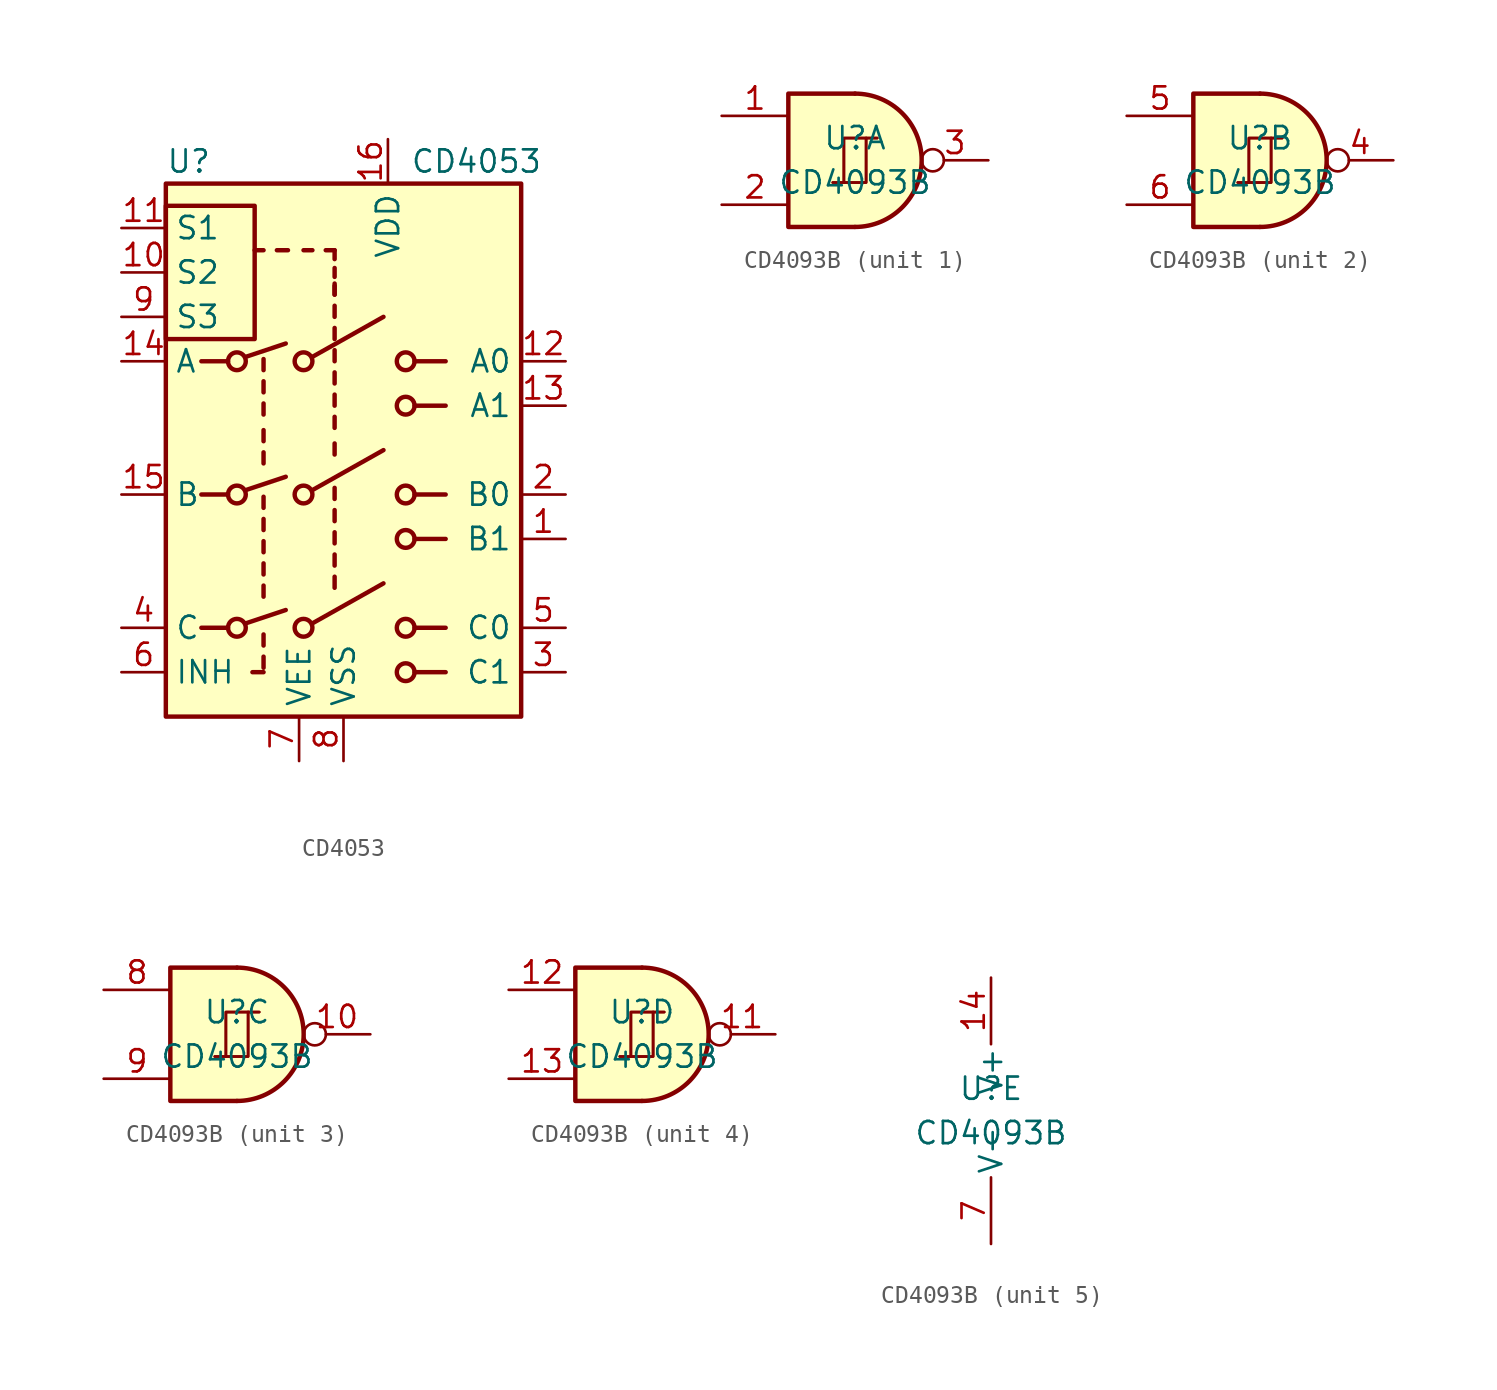
<source format=kicad_sym>
(kicad_symbol_lib
  (version 20231120)
  (generator "kicad_symbol_editor")
  (generator_version "8.0")
  (symbol "CD4053"
    (property "Reference" "U"
      (at -10.16 16.51 0)
      (effects (font (size 1.27 1.27)) (justify left)))
    (property "Value" "CD4053"
      (at 3.81 16.51 0)
      (effects (font (size 1.27 1.27)) (justify left)))
    (symbol "CD4053_0_1"
      (rectangle (start -10.16 6.35) (end -5.08 13.97) (stroke (width 0.254) (type default)) (fill (type none)))
      (rectangle (start -10.16 15.24) (end 10.16 -15.24) (stroke (width 0.254) (type default)) (fill (type background)))
      (circle (center -6.096 -10.16) (radius 0.508) (stroke (width 0.254) (type default)) (fill (type none)))
      (circle (center -6.096 -2.54) (radius 0.508) (stroke (width 0.254) (type default)) (fill (type none)))
      (circle (center -6.096 5.08) (radius 0.508) (stroke (width 0.254) (type default)) (fill (type none)))
      (circle (center -2.286 -10.16) (radius 0.508) (stroke (width 0.254) (type default)) (fill (type none)))
      (circle (center -2.286 -2.54) (radius 0.508) (stroke (width 0.254) (type default)) (fill (type none)))
      (circle (center -2.286 5.08) (radius 0.508) (stroke (width 0.254) (type default)) (fill (type none)))
      (polyline (pts (xy -8.128 -10.16) (xy -6.604 -10.16)) (stroke (width 0.254) (type default)) (fill (type none)))
      (polyline (pts (xy -8.128 -2.54) (xy -6.604 -2.54)) (stroke (width 0.254) (type default)) (fill (type none)))
      (polyline (pts (xy -8.128 5.08) (xy -6.604 5.08)) (stroke (width 0.254) (type default)) (fill (type none)))
      (polyline (pts (xy -5.588 -9.906) (xy -3.302 -9.144)) (stroke (width 0.254) (type default)) (fill (type none)))
      (polyline (pts (xy -5.588 -2.286) (xy -3.302 -1.524)) (stroke (width 0.254) (type default)) (fill (type none)))
      (polyline (pts (xy -5.588 5.334) (xy -3.302 6.096)) (stroke (width 0.254) (type default)) (fill (type none)))
      (polyline (pts (xy -4.572 -12.7) (xy -5.207 -12.7)) (stroke (width 0.254) (type default)) (fill (type none)))
      (polyline (pts (xy -4.572 -12.446) (xy -4.572 -11.811)) (stroke (width 0.254) (type default)) (fill (type none)))
      (polyline (pts (xy -4.572 -11.176) (xy -4.572 -10.541)) (stroke (width 0.254) (type default)) (fill (type none)))
      (polyline (pts (xy -4.572 -8.382) (xy -4.572 -7.747)) (stroke (width 0.254) (type default)) (fill (type none)))
      (polyline (pts (xy -4.572 -7.112) (xy -4.572 -6.477)) (stroke (width 0.254) (type default)) (fill (type none)))
      (polyline (pts (xy -4.572 -5.842) (xy -4.572 -5.207)) (stroke (width 0.254) (type default)) (fill (type none)))
      (polyline (pts (xy -4.572 -4.572) (xy -4.572 -3.937)) (stroke (width 0.254) (type default)) (fill (type none)))
      (polyline (pts (xy -4.572 -3.302) (xy -4.572 -2.667)) (stroke (width 0.254) (type default)) (fill (type none)))
      (polyline (pts (xy -4.572 -0.762) (xy -4.572 -0.127)) (stroke (width 0.254) (type default)) (fill (type none)))
      (polyline (pts (xy -4.572 0.508) (xy -4.572 1.143)) (stroke (width 0.254) (type default)) (fill (type none)))
      (polyline (pts (xy -4.572 2.032) (xy -4.572 2.667)) (stroke (width 0.254) (type default)) (fill (type none)))
      (polyline (pts (xy -4.572 3.302) (xy -4.572 3.937)) (stroke (width 0.254) (type default)) (fill (type none)))
      (polyline (pts (xy -4.572 4.572) (xy -4.572 5.207)) (stroke (width 0.254) (type default)) (fill (type none)))
      (polyline (pts (xy -4.572 11.43) (xy -5.08 11.43)) (stroke (width 0.254) (type default)) (fill (type none)))
      (polyline (pts (xy -3.81 11.43) (xy -3.175 11.43)) (stroke (width 0.254) (type default)) (fill (type none)))
      (polyline (pts (xy -1.778 -9.906) (xy 2.286 -7.62)) (stroke (width 0.254) (type default)) (fill (type none)))
      (polyline (pts (xy -1.778 -2.286) (xy 2.286 0)) (stroke (width 0.254) (type default)) (fill (type none)))
      (polyline (pts (xy -1.778 5.334) (xy 2.286 7.62)) (stroke (width 0.254) (type default)) (fill (type none)))
      (polyline (pts (xy -1.778 11.43) (xy -2.286 11.43)) (stroke (width 0.254) (type default)) (fill (type none)))
      (polyline (pts (xy -0.508 -7.874) (xy -0.508 -7.239)) (stroke (width 0.254) (type default)) (fill (type none)))
      (polyline (pts (xy -0.508 -6.604) (xy -0.508 -5.969)) (stroke (width 0.254) (type default)) (fill (type none)))
      (polyline (pts (xy -0.508 -5.334) (xy -0.508 -4.699)) (stroke (width 0.254) (type default)) (fill (type none)))
      (polyline (pts (xy -0.508 -4.064) (xy -0.508 -3.429)) (stroke (width 0.254) (type default)) (fill (type none)))
      (polyline (pts (xy -0.508 -2.794) (xy -0.508 -2.159)) (stroke (width 0.254) (type default)) (fill (type none)))
      (polyline (pts (xy -0.508 -0.254) (xy -0.508 0.381)) (stroke (width 0.254) (type default)) (fill (type none)))
      (polyline (pts (xy -0.508 1.27) (xy -0.508 1.905)) (stroke (width 0.254) (type default)) (fill (type none)))
      (polyline (pts (xy -0.508 2.54) (xy -0.508 3.175)) (stroke (width 0.254) (type default)) (fill (type none)))
      (polyline (pts (xy -0.508 3.81) (xy -0.508 4.445)) (stroke (width 0.254) (type default)) (fill (type none)))
      (polyline (pts (xy -0.508 5.08) (xy -0.508 5.715)) (stroke (width 0.254) (type default)) (fill (type none)))
      (polyline (pts (xy -0.508 6.35) (xy -0.508 6.985)) (stroke (width 0.254) (type default)) (fill (type none)))
      (polyline (pts (xy -0.508 7.62) (xy -0.508 8.255)) (stroke (width 0.254) (type default)) (fill (type none)))
      (polyline (pts (xy -0.508 8.89) (xy -0.508 9.398)) (stroke (width 0.254) (type default)) (fill (type none)))
      (polyline (pts (xy -0.508 8.89) (xy -0.508 9.525)) (stroke (width 0.254) (type default)) (fill (type none)))
      (polyline (pts (xy -0.508 9.906) (xy -0.508 10.414)) (stroke (width 0.254) (type default)) (fill (type none)))
      (polyline (pts (xy -0.508 10.922) (xy -0.508 11.43)) (stroke (width 0.254) (type default)) (fill (type none)))
      (polyline (pts (xy -0.508 11.43) (xy -1.016 11.43)) (stroke (width 0.254) (type default)) (fill (type none)))
      (polyline (pts (xy 4.064 -12.7) (xy 5.842 -12.7)) (stroke (width 0.254) (type default)) (fill (type none)))
      (polyline (pts (xy 4.064 -10.16) (xy 5.842 -10.16)) (stroke (width 0.254) (type default)) (fill (type none)))
      (polyline (pts (xy 4.064 -5.08) (xy 5.842 -5.08)) (stroke (width 0.254) (type default)) (fill (type none)))
      (polyline (pts (xy 4.064 -2.54) (xy 5.842 -2.54)) (stroke (width 0.254) (type default)) (fill (type none)))
      (polyline (pts (xy 4.064 2.54) (xy 5.842 2.54)) (stroke (width 0.254) (type default)) (fill (type none)))
      (polyline (pts (xy 4.064 5.08) (xy 5.842 5.08)) (stroke (width 0.254) (type default)) (fill (type none)))
      (circle (center 3.556 -12.7) (radius 0.508) (stroke (width 0.254) (type default)) (fill (type none)))
      (circle (center 3.556 -10.16) (radius 0.508) (stroke (width 0.254) (type default)) (fill (type none)))
      (circle (center 3.556 -5.08) (radius 0.508) (stroke (width 0.254) (type default)) (fill (type none)))
      (circle (center 3.556 -2.54) (radius 0.508) (stroke (width 0.254) (type default)) (fill (type none)))
      (circle (center 3.556 2.54) (radius 0.508) (stroke (width 0.254) (type default)) (fill (type none)))
      (circle (center 3.556 5.08) (radius 0.508) (stroke (width 0.254) (type default)) (fill (type none))))
    (symbol "CD4053_1_1"
      (pin bidirectional line (at 12.7 -5.08 180) (length 2.54) (name "B1" (effects (font (size 1.27 1.27)))) (number "1" (effects (font (size 1.27 1.27)))))
      (pin input line (at -12.7 10.16 0) (length 2.54) (name "S2" (effects (font (size 1.27 1.27)))) (number "10" (effects (font (size 1.27 1.27)))))
      (pin input line (at -12.7 12.7 0) (length 2.54) (name "S1" (effects (font (size 1.27 1.27)))) (number "11" (effects (font (size 1.27 1.27)))))
      (pin bidirectional line (at 12.7 5.08 180) (length 2.54) (name "A0" (effects (font (size 1.27 1.27)))) (number "12" (effects (font (size 1.27 1.27)))))
      (pin bidirectional line (at 12.7 2.54 180) (length 2.54) (name "A1" (effects (font (size 1.27 1.27)))) (number "13" (effects (font (size 1.27 1.27)))))
      (pin bidirectional line (at -12.7 5.08 0) (length 2.54) (name "A" (effects (font (size 1.27 1.27)))) (number "14" (effects (font (size 1.27 1.27)))))
      (pin bidirectional line (at -12.7 -2.54 0) (length 2.54) (name "B" (effects (font (size 1.27 1.27)))) (number "15" (effects (font (size 1.27 1.27)))))
      (pin power_in line (at 2.54 17.78 270) (length 2.54) (name "VDD" (effects (font (size 1.27 1.27)))) (number "16" (effects (font (size 1.27 1.27)))))
      (pin bidirectional line (at 12.7 -2.54 180) (length 2.54) (name "B0" (effects (font (size 1.27 1.27)))) (number "2" (effects (font (size 1.27 1.27)))))
      (pin bidirectional line (at 12.7 -12.7 180) (length 2.54) (name "C1" (effects (font (size 1.27 1.27)))) (number "3" (effects (font (size 1.27 1.27)))))
      (pin bidirectional line (at -12.7 -10.16 0) (length 2.54) (name "C" (effects (font (size 1.27 1.27)))) (number "4" (effects (font (size 1.27 1.27)))))
      (pin bidirectional line (at 12.7 -10.16 180) (length 2.54) (name "C0" (effects (font (size 1.27 1.27)))) (number "5" (effects (font (size 1.27 1.27)))))
      (pin input line (at -12.7 -12.7 0) (length 2.54) (name "INH" (effects (font (size 1.27 1.27)))) (number "6" (effects (font (size 1.27 1.27)))))
      (pin power_in line (at -2.54 -17.78 90) (length 2.54) (name "VEE" (effects (font (size 1.27 1.27)))) (number "7" (effects (font (size 1.27 1.27)))))
      (pin power_in line (at 0 -17.78 90) (length 2.54) (name "VSS" (effects (font (size 1.27 1.27)))) (number "8" (effects (font (size 1.27 1.27)))))
      (pin input line (at -12.7 7.62 0) (length 2.54) (name "S3" (effects (font (size 1.27 1.27)))) (number "9" (effects (font (size 1.27 1.27)))))))
  (symbol "CD4093B"
    (pin_names
      (offset 0.127))
    (property "Reference" "U"
      (at 0 1.27 0)
      (effects (font (size 1.27 1.27))))
    (property "Value" "CD4093B"
      (at 0 -1.27 0)
      (effects (font (size 1.27 1.27))))
    (property "ki_locked" ""
      (at 0 0 0)
      (effects (font (size 1.27 1.27))))
    (symbol "CD4093B_1_0"
      (polyline (pts (xy -0.635 -1.27) (xy -0.635 1.27) (xy 0.635 1.27)) (stroke (width 0) (type default)) (fill (type none)))
      (polyline (pts (xy -0.635 -1.27) (xy -0.635 1.27) (xy 0.635 1.27)) (stroke (width 0) (type default)) (fill (type none)))
      (polyline (pts (xy -1.27 -1.27) (xy 0.635 -1.27) (xy 0.635 1.27) (xy 1.27 1.27)) (stroke (width 0) (type default)) (fill (type none)))
      (polyline (pts (xy -1.27 -1.27) (xy 0.635 -1.27) (xy 0.635 1.27) (xy 1.27 1.27)) (stroke (width 0) (type default)) (fill (type none))))
    (symbol "CD4093B_1_1"
      (arc (start 0 -3.81) (mid 3.7934 0) (end 0 3.81) (stroke (width 0.254) (type default)) (fill (type background)))
      (polyline (pts (xy 0 3.81) (xy -3.81 3.81) (xy -3.81 -3.81) (xy 0 -3.81)) (stroke (width 0.254) (type default)) (fill (type background)))
      (pin input line (at -7.62 2.54 0) (length 3.81) (name "~" (effects (font (size 1.27 1.27)))) (number "1" (effects (font (size 1.27 1.27)))))
      (pin input line (at -7.62 -2.54 0) (length 3.81) (name "~" (effects (font (size 1.27 1.27)))) (number "2" (effects (font (size 1.27 1.27)))))
      (pin output inverted (at 7.62 0 180) (length 3.81) (name "~" (effects (font (size 1.27 1.27)))) (number "3" (effects (font (size 1.27 1.27))))))
    (symbol "CD4093B_2_0"
      (polyline (pts (xy -0.635 -1.27) (xy -0.635 1.27) (xy 0.635 1.27)) (stroke (width 0) (type default)) (fill (type none)))
      (polyline (pts (xy -0.635 -1.27) (xy -0.635 1.27) (xy 0.635 1.27)) (stroke (width 0) (type default)) (fill (type none)))
      (polyline (pts (xy -1.27 -1.27) (xy 0.635 -1.27) (xy 0.635 1.27) (xy 1.27 1.27)) (stroke (width 0) (type default)) (fill (type none)))
      (polyline (pts (xy -1.27 -1.27) (xy 0.635 -1.27) (xy 0.635 1.27) (xy 1.27 1.27)) (stroke (width 0) (type default)) (fill (type none))))
    (symbol "CD4093B_2_1"
      (arc (start 0 -3.81) (mid 3.7934 0) (end 0 3.81) (stroke (width 0.254) (type default)) (fill (type background)))
      (polyline (pts (xy 0 3.81) (xy -3.81 3.81) (xy -3.81 -3.81) (xy 0 -3.81)) (stroke (width 0.254) (type default)) (fill (type background)))
      (pin output inverted (at 7.62 0 180) (length 3.81) (name "~" (effects (font (size 1.27 1.27)))) (number "4" (effects (font (size 1.27 1.27)))))
      (pin input line (at -7.62 2.54 0) (length 3.81) (name "~" (effects (font (size 1.27 1.27)))) (number "5" (effects (font (size 1.27 1.27)))))
      (pin input line (at -7.62 -2.54 0) (length 3.81) (name "~" (effects (font (size 1.27 1.27)))) (number "6" (effects (font (size 1.27 1.27))))))
    (symbol "CD4093B_3_0"
      (polyline (pts (xy -0.635 -1.27) (xy -0.635 1.27) (xy 0.635 1.27)) (stroke (width 0) (type default)) (fill (type none)))
      (polyline (pts (xy -0.635 -1.27) (xy -0.635 1.27) (xy 0.635 1.27)) (stroke (width 0) (type default)) (fill (type none)))
      (polyline (pts (xy -1.27 -1.27) (xy 0.635 -1.27) (xy 0.635 1.27) (xy 1.27 1.27)) (stroke (width 0) (type default)) (fill (type none)))
      (polyline (pts (xy -1.27 -1.27) (xy 0.635 -1.27) (xy 0.635 1.27) (xy 1.27 1.27)) (stroke (width 0) (type default)) (fill (type none))))
    (symbol "CD4093B_3_1"
      (arc (start 0 -3.81) (mid 3.7934 0) (end 0 3.81) (stroke (width 0.254) (type default)) (fill (type background)))
      (polyline (pts (xy 0 3.81) (xy -3.81 3.81) (xy -3.81 -3.81) (xy 0 -3.81)) (stroke (width 0.254) (type default)) (fill (type background)))
      (pin output inverted (at 7.62 0 180) (length 3.81) (name "~" (effects (font (size 1.27 1.27)))) (number "10" (effects (font (size 1.27 1.27)))))
      (pin input line (at -7.62 2.54 0) (length 3.81) (name "~" (effects (font (size 1.27 1.27)))) (number "8" (effects (font (size 1.27 1.27)))))
      (pin input line (at -7.62 -2.54 0) (length 3.81) (name "~" (effects (font (size 1.27 1.27)))) (number "9" (effects (font (size 1.27 1.27))))))
    (symbol "CD4093B_4_0"
      (polyline (pts (xy -0.635 -1.27) (xy -0.635 1.27) (xy 0.635 1.27)) (stroke (width 0) (type default)) (fill (type none)))
      (polyline (pts (xy -0.635 -1.27) (xy -0.635 1.27) (xy 0.635 1.27)) (stroke (width 0) (type default)) (fill (type none)))
      (polyline (pts (xy -1.27 -1.27) (xy 0.635 -1.27) (xy 0.635 1.27) (xy 1.27 1.27)) (stroke (width 0) (type default)) (fill (type none)))
      (polyline (pts (xy -1.27 -1.27) (xy 0.635 -1.27) (xy 0.635 1.27) (xy 1.27 1.27)) (stroke (width 0) (type default)) (fill (type none))))
    (symbol "CD4093B_4_1"
      (arc (start 0 -3.81) (mid 3.7934 0) (end 0 3.81) (stroke (width 0.254) (type default)) (fill (type background)))
      (polyline (pts (xy 0 3.81) (xy -3.81 3.81) (xy -3.81 -3.81) (xy 0 -3.81)) (stroke (width 0.254) (type default)) (fill (type background)))
      (pin output inverted (at 7.62 0 180) (length 3.81) (name "~" (effects (font (size 1.27 1.27)))) (number "11" (effects (font (size 1.27 1.27)))))
      (pin input line (at -7.62 2.54 0) (length 3.81) (name "~" (effects (font (size 1.27 1.27)))) (number "12" (effects (font (size 1.27 1.27)))))
      (pin input line (at -7.62 -2.54 0) (length 3.81) (name "~" (effects (font (size 1.27 1.27)))) (number "13" (effects (font (size 1.27 1.27))))))
    (symbol "CD4093B_5_1"
      (pin power_in line (at 0 7.62 270) (length 3.81) (name "V+" (effects (font (size 1.27 1.27)))) (number "14" (effects (font (size 1.27 1.27)))))
      (pin power_in line (at 0 -7.62 90) (length 3.81) (name "V-" (effects (font (size 1.27 1.27)))) (number "7" (effects (font (size 1.27 1.27))))))))
</source>
